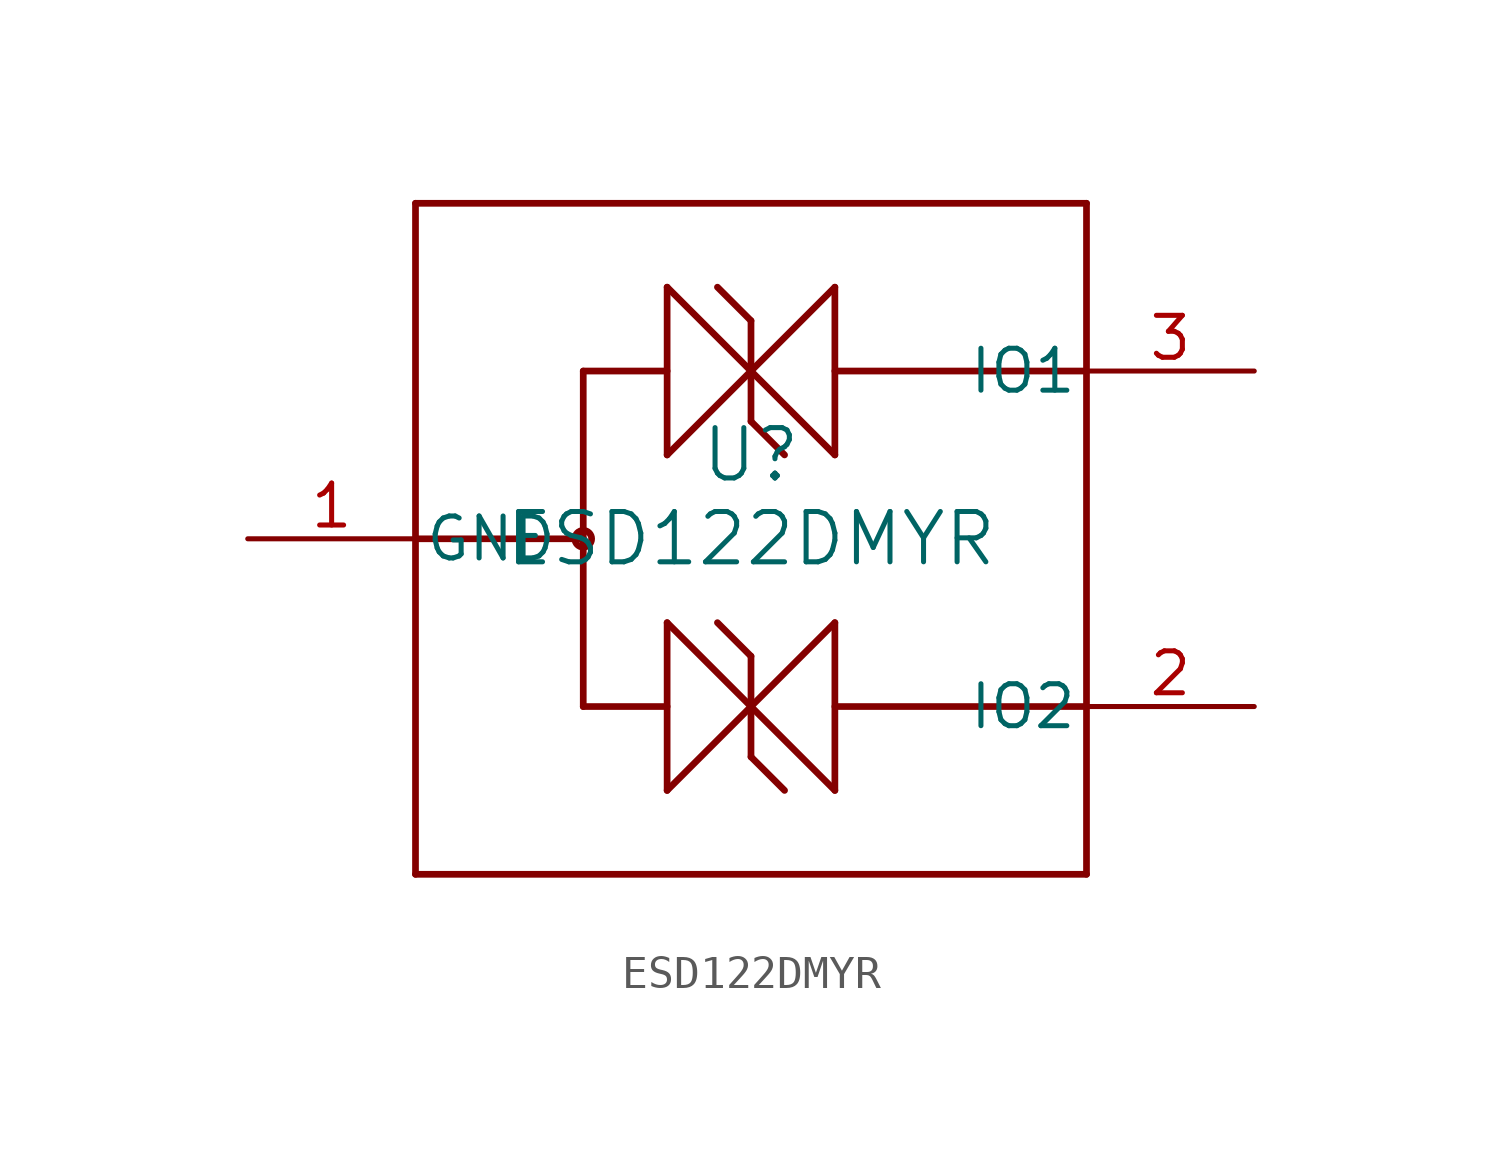
<source format=kicad_sym>
(kicad_symbol_lib
  (version 20211014)
  (generator kicad_symbol_editor)
  (symbol "ESD122DMYR"
    (pin_names
      (offset 0.254))
    (property "Reference" "U"
      (at 0 2.54 0)
      (effects (font (size 1.524 1.524))))
    (property "Value" "ESD122DMYR"
      (at 0 0 0)
      (effects (font (size 1.524 1.524))))
    (symbol "ESD122DMYR_0_1"
      (polyline (pts (xy -10.16 -10.16) (xy 10.16 -10.16)) (stroke (width 0.203) (type default) (color 0 0 0 0)) (fill (type none)))
      (polyline (pts (xy 10.16 -10.16) (xy 10.16 10.16)) (stroke (width 0.203) (type default) (color 0 0 0 0)) (fill (type none)))
      (polyline (pts (xy 10.16 10.16) (xy -10.16 10.16)) (stroke (width 0.203) (type default) (color 0 0 0 0)) (fill (type none)))
      (polyline (pts (xy -10.16 10.16) (xy -10.16 -10.16)) (stroke (width 0.203) (type default) (color 0 0 0 0)) (fill (type none)))
      (polyline (pts (xy -2.54 -7.62) (xy 0 -5.08)) (stroke (width 0.203) (type default) (color 0 0 0 0)) (fill (type none)))
      (polyline (pts (xy 0 -5.08) (xy -2.54 -2.54)) (stroke (width 0.203) (type default) (color 0 0 0 0)) (fill (type none)))
      (polyline (pts (xy -2.54 -2.54) (xy -2.54 -7.62)) (stroke (width 0.203) (type default) (color 0 0 0 0)) (fill (type none)))
      (polyline (pts (xy 1.016 -7.62) (xy 0 -6.604)) (stroke (width 0.203) (type default) (color 0 0 0 0)) (fill (type none)))
      (polyline (pts (xy 0 -6.604) (xy 0 -3.556)) (stroke (width 0.203) (type default) (color 0 0 0 0)) (fill (type none)))
      (polyline (pts (xy 0 -3.556) (xy -1.016 -2.54)) (stroke (width 0.203) (type default) (color 0 0 0 0)) (fill (type none)))
      (polyline (pts (xy 2.54 -7.62) (xy 0 -5.08)) (stroke (width 0.203) (type default) (color 0 0 0 0)) (fill (type none)))
      (polyline (pts (xy 0 -5.08) (xy 2.54 -2.54)) (stroke (width 0.203) (type default) (color 0 0 0 0)) (fill (type none)))
      (polyline (pts (xy 2.54 -2.54) (xy 2.54 -7.62)) (stroke (width 0.203) (type default) (color 0 0 0 0)) (fill (type none)))
      (polyline (pts (xy 10.16 -5.08) (xy 2.54 -5.08)) (stroke (width 0.203) (type default) (color 0 0 0 0)) (fill (type none)))
      (polyline (pts (xy -2.54 -5.08) (xy -5.08 -5.08)) (stroke (width 0.203) (type default) (color 0 0 0 0)) (fill (type none)))
      (polyline (pts (xy -5.08 0) (xy -5.08 -5.08)) (stroke (width 0.203) (type default) (color 0 0 0 0)) (fill (type none)))
      (polyline (pts (xy -2.54 2.54) (xy 0 5.08)) (stroke (width 0.203) (type default) (color 0 0 0 0)) (fill (type none)))
      (polyline (pts (xy 0 5.08) (xy -2.54 7.62)) (stroke (width 0.203) (type default) (color 0 0 0 0)) (fill (type none)))
      (polyline (pts (xy -2.54 7.62) (xy -2.54 2.54)) (stroke (width 0.203) (type default) (color 0 0 0 0)) (fill (type none)))
      (polyline (pts (xy 1.016 2.54) (xy 0 3.556)) (stroke (width 0.203) (type default) (color 0 0 0 0)) (fill (type none)))
      (polyline (pts (xy 0 3.556) (xy 0 6.604)) (stroke (width 0.203) (type default) (color 0 0 0 0)) (fill (type none)))
      (polyline (pts (xy 0 6.604) (xy -1.016 7.62)) (stroke (width 0.203) (type default) (color 0 0 0 0)) (fill (type none)))
      (polyline (pts (xy 2.54 2.54) (xy 0 5.08)) (stroke (width 0.203) (type default) (color 0 0 0 0)) (fill (type none)))
      (polyline (pts (xy 0 5.08) (xy 2.54 7.62)) (stroke (width 0.203) (type default) (color 0 0 0 0)) (fill (type none)))
      (polyline (pts (xy 2.54 7.62) (xy 2.54 2.54)) (stroke (width 0.203) (type default) (color 0 0 0 0)) (fill (type none)))
      (polyline (pts (xy 10.16 5.08) (xy 2.54 5.08)) (stroke (width 0.203) (type default) (color 0 0 0 0)) (fill (type none)))
      (polyline (pts (xy -2.54 5.08) (xy -5.08 5.08)) (stroke (width 0.203) (type default) (color 0 0 0 0)) (fill (type none)))
      (polyline (pts (xy -5.08 5.08) (xy -5.08 0)) (stroke (width 0.203) (type default) (color 0 0 0 0)) (fill (type none)))
      (polyline (pts (xy -10.16 0) (xy -5.08 0)) (stroke (width 0.203) (type default) (color 0 0 0 0)) (fill (type none)))
      (circle (center -5.08 0) (radius 0.254) (stroke (width 0.203) (type default) (color 0 0 0 0)) (fill (type none)))
      (pin unspecified line (at -15.24 0 0) (length 5.08) (name "GND" (effects (font (size 1.27 1.27)))) (number "1" (effects (font (size 1.27 1.27)))))
      (pin unspecified line (at 15.24 -5.08 180) (length 5.08) (name "IO2" (effects (font (size 1.27 1.27)))) (number "2" (effects (font (size 1.27 1.27)))))
      (pin unspecified line (at 15.24 5.08 180) (length 5.08) (name "IO1" (effects (font (size 1.27 1.27)))) (number "3" (effects (font (size 1.27 1.27))))))))
</source>
